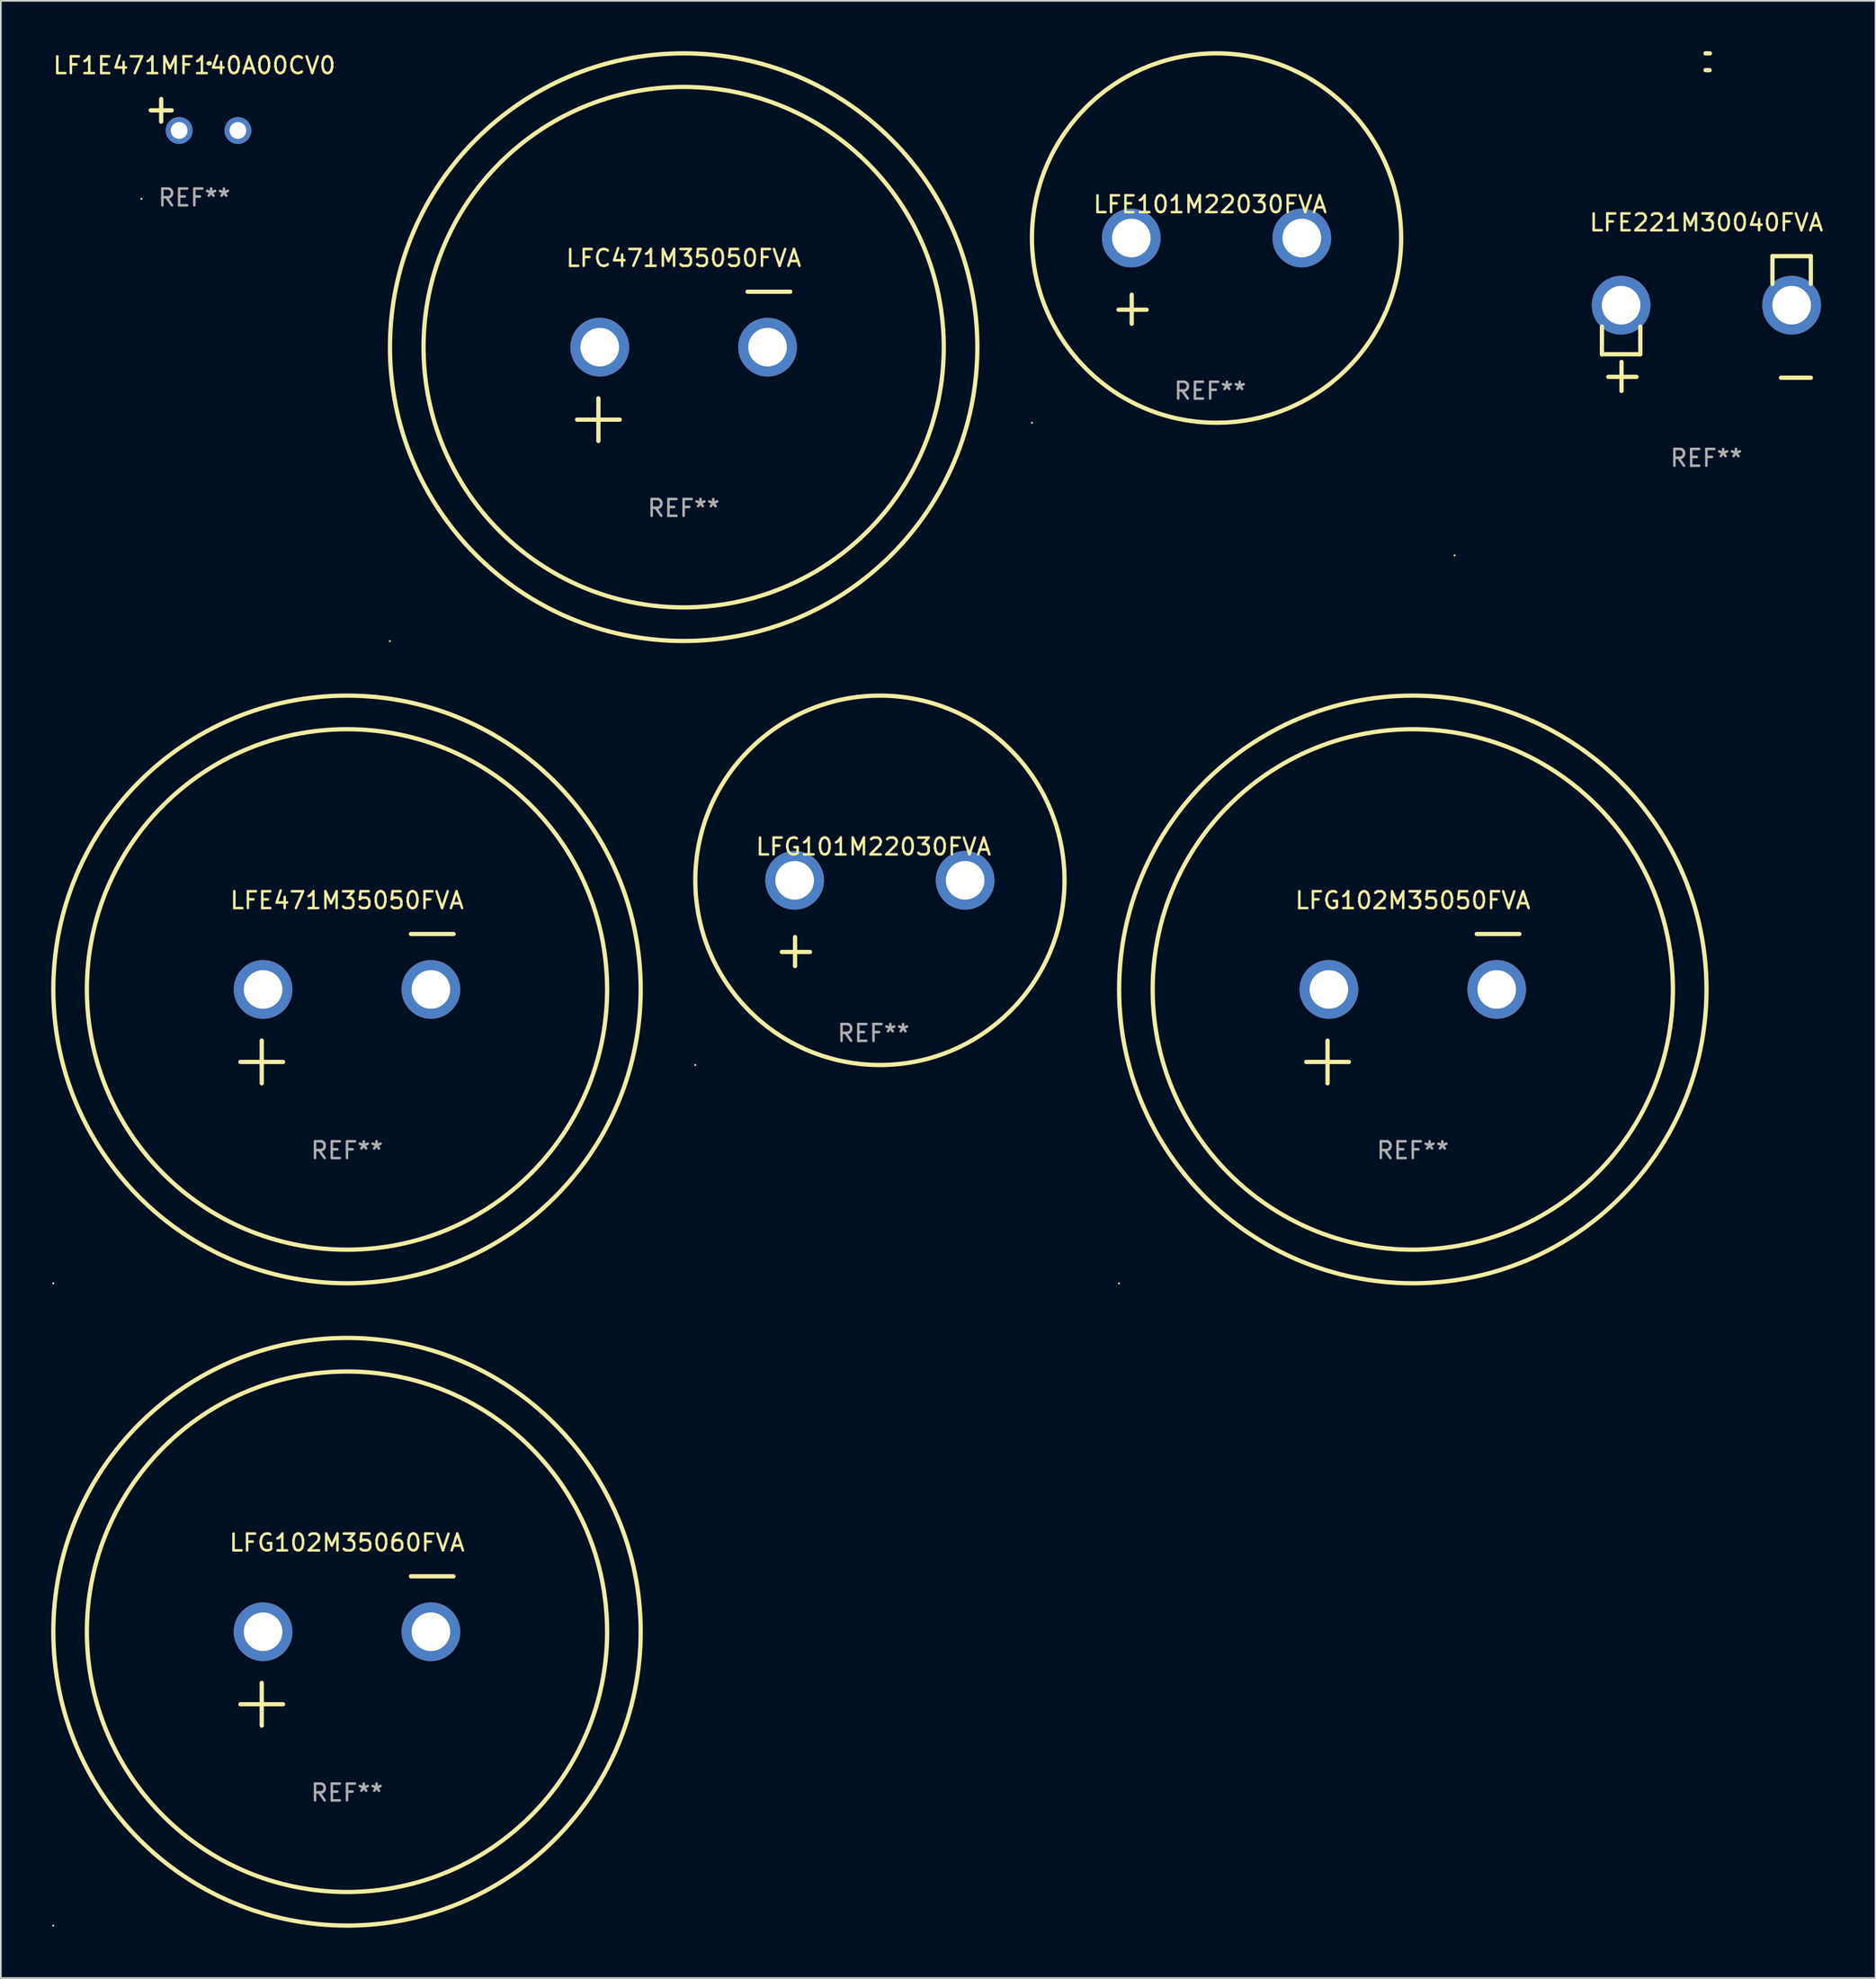
<source format=kicad_pcb>
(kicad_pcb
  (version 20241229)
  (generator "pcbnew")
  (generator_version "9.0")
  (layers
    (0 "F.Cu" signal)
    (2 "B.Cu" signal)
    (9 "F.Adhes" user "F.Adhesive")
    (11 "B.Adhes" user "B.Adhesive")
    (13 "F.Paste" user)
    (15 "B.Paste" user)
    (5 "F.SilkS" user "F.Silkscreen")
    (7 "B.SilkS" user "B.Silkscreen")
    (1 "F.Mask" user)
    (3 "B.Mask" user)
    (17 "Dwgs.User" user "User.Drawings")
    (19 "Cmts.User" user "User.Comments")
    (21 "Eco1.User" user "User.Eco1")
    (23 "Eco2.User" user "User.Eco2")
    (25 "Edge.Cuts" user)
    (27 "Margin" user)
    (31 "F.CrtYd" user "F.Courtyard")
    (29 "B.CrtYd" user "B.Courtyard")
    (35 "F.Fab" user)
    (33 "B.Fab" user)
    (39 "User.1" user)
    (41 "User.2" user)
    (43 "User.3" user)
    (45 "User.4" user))
  (footprint "LFC471M35050FVA"
    (layer "F.Cu")
    (at 37.687 18.77)
    (property "Reference" "LFC471M35050FVA" (at 0 -6.445 0) (layer "F.SilkS") (effects (font (size 1 1) (thickness 0.15))))
    (attr through_hole)
    (fp_line (start -6.35 3.175) (end -3.81 3.175) (stroke (width 0.254) (type solid)) (layer "F.SilkS"))
    (fp_line (start -5.08 1.905) (end -5.08 4.445) (stroke (width 0.254) (type solid)) (layer "F.SilkS"))
    (fp_line (start 3.81 -4.445) (end 6.35 -4.445) (stroke (width 0.254) (type solid)) (layer "F.SilkS"))
    (fp_circle (center -17.505 16.362) (end -17.475 16.362) (stroke (width 0.06) (type solid)) (fill no) (layer "F.SilkS"))
    (fp_circle (center 0 -1.143) (end 15.5 -1.143) (stroke (width 0.254) (type solid)) (fill no) (layer "F.SilkS"))
    (fp_circle (center 0 -1.143) (end 17.5 -1.143) (stroke (width 0.254) (type solid)) (fill no) (layer "F.SilkS"))
    (fp_text user "REF**" (at 0 8.445 0) (layer "F.Fab") (effects (font (size 1 1) (thickness 0.15))))
    (pad "1" thru_hole circle (at -5 -1.143) (size 3.5 3.5) (drill 2.3) (layers "*.Cu" "*.Mask"))
    (pad "2" thru_hole circle (at 5 -1.143) (size 3.5 3.5) (drill 2.3) (layers "*.Cu" "*.Mask")))
  (footprint "LFG101M22030FVA"
    (layer "F.Cu")
    (at 49 51.934)
    (property "Reference" "LFG101M22030FVA" (at 0 -4.553 0) (layer "F.SilkS") (effects (font (size 1 1) (thickness 0.15))))
    (attr through_hole)
    (fp_line (start -4.674 2.553) (end -4.674 0.826) (stroke (width 0.254) (type solid)) (layer "F.SilkS"))
    (fp_line (start -3.785 1.715) (end -5.461 1.715) (stroke (width 0.254) (type solid)) (layer "F.SilkS"))
    (fp_circle (center -10.619 8.447) (end -10.589 8.447) (stroke (width 0.06) (type solid)) (fill no) (layer "F.SilkS"))
    (fp_circle (center 0.381 -2.553) (end 11.381 -2.553) (stroke (width 0.254) (type solid)) (fill no) (layer "F.SilkS"))
    (fp_text user "REF**" (at 0 6.553 0) (layer "F.Fab") (effects (font (size 1 1) (thickness 0.15))))
    (pad "1" thru_hole circle (at -4.699 -2.553) (size 3.5 3.5) (drill 2.3) (layers "*.Cu" "*.Mask"))
    (pad "2" thru_hole circle (at 5.461 -2.553) (size 3.5 3.5) (drill 2.3) (layers "*.Cu" "*.Mask")))
  (footprint "LFE471M35050FVA"
    (layer "F.Cu")
    (at 17.627 57.024)
    (property "Reference" "LFE471M35050FVA" (at 0 -6.445 0) (layer "F.SilkS") (effects (font (size 1 1) (thickness 0.15))))
    (attr through_hole)
    (fp_line (start -6.35 3.175) (end -3.81 3.175) (stroke (width 0.254) (type solid)) (layer "F.SilkS"))
    (fp_line (start -5.08 1.905) (end -5.08 4.445) (stroke (width 0.254) (type solid)) (layer "F.SilkS"))
    (fp_line (start 3.81 -4.445) (end 6.35 -4.445) (stroke (width 0.254) (type solid)) (layer "F.SilkS"))
    (fp_circle (center -17.505 16.362) (end -17.475 16.362) (stroke (width 0.06) (type solid)) (fill no) (layer "F.SilkS"))
    (fp_circle (center 0 -1.143) (end 15.5 -1.143) (stroke (width 0.254) (type solid)) (fill no) (layer "F.SilkS"))
    (fp_circle (center 0 -1.143) (end 17.5 -1.143) (stroke (width 0.254) (type solid)) (fill no) (layer "F.SilkS"))
    (fp_text user "REF**" (at 0 8.445 0) (layer "F.Fab") (effects (font (size 1 1) (thickness 0.15))))
    (pad "1" thru_hole circle (at -5 -1.143) (size 3.5 3.5) (drill 2.3) (layers "*.Cu" "*.Mask"))
    (pad "2" thru_hole circle (at 5 -1.143) (size 3.5 3.5) (drill 2.3) (layers "*.Cu" "*.Mask")))
  (footprint "LFE221M30040FVA"
    (layer "F.Cu")
    (at 98.628 16.22)
    (property "Reference" "LFE221M30040FVA" (at 0 -6.013 0) (layer "F.SilkS") (effects (font (size 1 1) (thickness 0.15))))
    (attr through_hole)
    (fp_line (start -6.223 0.178) (end -6.223 1.829) (stroke (width 0.254) (type solid)) (layer "F.SilkS"))
    (fp_line (start -6.223 1.829) (end -3.937 1.829) (stroke (width 0.254) (type solid)) (layer "F.SilkS"))
    (fp_line (start -5.055 4.013) (end -5.055 2.286) (stroke (width 0.254) (type solid)) (layer "F.SilkS"))
    (fp_line (start -4.166 3.175) (end -5.842 3.175) (stroke (width 0.254) (type solid)) (layer "F.SilkS"))
    (fp_line (start -3.937 1.829) (end -3.937 0.178) (stroke (width 0.254) (type solid)) (layer "F.SilkS"))
    (fp_line (start 3.937 -4.013) (end 3.937 -2.362) (stroke (width 0.254) (type solid)) (layer "F.SilkS"))
    (fp_line (start 6.223 -4.013) (end 3.937 -4.013) (stroke (width 0.254) (type solid)) (layer "F.SilkS"))
    (fp_line (start 6.223 -2.362) (end 6.223 -4.013) (stroke (width 0.254) (type solid)) (layer "F.SilkS"))
    (fp_line (start 6.223 3.226) (end 4.445 3.226) (stroke (width 0.254) (type solid)) (layer "F.SilkS"))
    (fp_arc (start -0.0508 -16.093472) (mid 0.080016 -16.092762) (end 0.210821 -16.090932) (stroke (width 0.254001) (type solid)) (layer "F.SilkS"))
    (fp_arc (start -0.0508 -15.09271) (mid 0.071125 -15.091961) (end 0.19304 -15.09017) (stroke (width 0.254001) (type solid)) (layer "F.SilkS"))
    (fp_circle (center -15 13.808) (end -14.97 13.808) (stroke (width 0.06) (type solid)) (fill no) (layer "F.SilkS"))
    (fp_text user "REF**" (at 0 8.013 0) (layer "F.Fab") (effects (font (size 1 1) (thickness 0.15))))
    (pad "1" thru_hole circle (at -5.08 -1.092) (size 3.5 3.5) (drill 2.3) (layers "*.Cu" "*.Mask"))
    (pad "2" thru_hole circle (at 5.08 -1.092) (size 3.5 3.5) (drill 2.3) (layers "*.Cu" "*.Mask")))
  (footprint "LFG102M35050FVA"
    (layer "F.Cu")
    (at 81.135 57.024)
    (property "Reference" "LFG102M35050FVA" (at 0 -6.445 0) (layer "F.SilkS") (effects (font (size 1 1) (thickness 0.15))))
    (attr through_hole)
    (fp_line (start -6.35 3.175) (end -3.81 3.175) (stroke (width 0.254) (type solid)) (layer "F.SilkS"))
    (fp_line (start -5.08 1.905) (end -5.08 4.445) (stroke (width 0.254) (type solid)) (layer "F.SilkS"))
    (fp_line (start 3.81 -4.445) (end 6.35 -4.445) (stroke (width 0.254) (type solid)) (layer "F.SilkS"))
    (fp_circle (center -17.505 16.362) (end -17.475 16.362) (stroke (width 0.06) (type solid)) (fill no) (layer "F.SilkS"))
    (fp_circle (center 0 -1.143) (end 15.5 -1.143) (stroke (width 0.254) (type solid)) (fill no) (layer "F.SilkS"))
    (fp_circle (center 0 -1.143) (end 17.5 -1.143) (stroke (width 0.254) (type solid)) (fill no) (layer "F.SilkS"))
    (fp_text user "REF**" (at 0 8.445 0) (layer "F.Fab") (effects (font (size 1 1) (thickness 0.15))))
    (pad "1" thru_hole circle (at -5 -1.143) (size 3.5 3.5) (drill 2.3) (layers "*.Cu" "*.Mask"))
    (pad "2" thru_hole circle (at 5 -1.143) (size 3.5 3.5) (drill 2.3) (layers "*.Cu" "*.Mask")))
  (footprint "LFG102M35060FVA"
    (layer "F.Cu")
    (at 17.627 95.279)
    (property "Reference" "LFG102M35060FVA" (at 0 -6.445 0) (layer "F.SilkS") (effects (font (size 1 1) (thickness 0.15))))
    (attr through_hole)
    (fp_line (start -6.35 3.175) (end -3.81 3.175) (stroke (width 0.254) (type solid)) (layer "F.SilkS"))
    (fp_line (start -5.08 1.905) (end -5.08 4.445) (stroke (width 0.254) (type solid)) (layer "F.SilkS"))
    (fp_line (start 3.81 -4.445) (end 6.35 -4.445) (stroke (width 0.254) (type solid)) (layer "F.SilkS"))
    (fp_circle (center -17.505 16.362) (end -17.475 16.362) (stroke (width 0.06) (type solid)) (fill no) (layer "F.SilkS"))
    (fp_circle (center 0 -1.143) (end 15.5 -1.143) (stroke (width 0.254) (type solid)) (fill no) (layer "F.SilkS"))
    (fp_circle (center 0 -1.143) (end 17.5 -1.143) (stroke (width 0.254) (type solid)) (fill no) (layer "F.SilkS"))
    (fp_text user "REF**" (at 0 8.445 0) (layer "F.Fab") (effects (font (size 1 1) (thickness 0.15))))
    (pad "1" thru_hole circle (at -5 -1.143) (size 3.5 3.5) (drill 2.3) (layers "*.Cu" "*.Mask"))
    (pad "2" thru_hole circle (at 5 -1.143) (size 3.5 3.5) (drill 2.3) (layers "*.Cu" "*.Mask")))
  (footprint "LFE101M22030FVA"
    (layer "F.Cu")
    (at 69.06 13.68)
    (property "Reference" "LFE101M22030FVA" (at 0 -4.553 0) (layer "F.SilkS") (effects (font (size 1 1) (thickness 0.15))))
    (attr through_hole)
    (fp_line (start -4.674 2.553) (end -4.674 0.826) (stroke (width 0.254) (type solid)) (layer "F.SilkS"))
    (fp_line (start -3.785 1.715) (end -5.461 1.715) (stroke (width 0.254) (type solid)) (layer "F.SilkS"))
    (fp_circle (center -10.619 8.447) (end -10.589 8.447) (stroke (width 0.06) (type solid)) (fill no) (layer "F.SilkS"))
    (fp_circle (center 0.381 -2.553) (end 11.381 -2.553) (stroke (width 0.254) (type solid)) (fill no) (layer "F.SilkS"))
    (fp_text user "REF**" (at 0 6.553 0) (layer "F.Fab") (effects (font (size 1 1) (thickness 0.15))))
    (pad "1" thru_hole circle (at -4.699 -2.553) (size 3.5 3.5) (drill 2.3) (layers "*.Cu" "*.Mask"))
    (pad "2" thru_hole circle (at 5.461 -2.553) (size 3.5 3.5) (drill 2.3) (layers "*.Cu" "*.Mask")))
  (footprint "LF1E471MF140A00CV0"
    (layer "F.Cu")
    (at 8.53 3.785)
    (property "Reference" "LF1E471MF140A00CV0" (at 0 -2.937 0) (layer "F.SilkS") (effects (font (size 1 1) (thickness 0.15))))
    (attr through_hole)
    (fp_line (start -1.975 0.41) (end -1.975 -0.937) (stroke (width 0.254) (type solid)) (layer "F.SilkS"))
    (fp_line (start -1.353 -0.263) (end -2.597 -0.263) (stroke (width 0.254) (type solid)) (layer "F.SilkS"))
    (fp_arc (start 0.849809 -3.063957) (mid 0.885369 -3.064114) (end 0.920929 -3.063957) (stroke (width 0.254001) (type solid)) (layer "F.SilkS"))
    (fp_circle (center -3.154 5.008) (end -3.124 5.008) (stroke (width 0.06) (type solid)) (fill no) (layer "F.SilkS"))
    (fp_text user "REF**" (at 0 4.937 0) (layer "F.Fab") (effects (font (size 1 1) (thickness 0.15))))
    (pad "1" thru_hole circle (at -0.903 0.937) (size 1.6 1.6) (drill 1) (layers "*.Cu" "*.Mask"))
    (pad "2" thru_hole circle (at 2.597 0.937) (size 1.6 1.6) (drill 1) (layers "*.Cu" "*.Mask")))
  (gr_rect
    (start -3 -3)
    (end 108.705 114.763)
    (stroke (width 0.1) (type default))
    (fill no)
    (layer "Edge.Cuts")))
</source>
